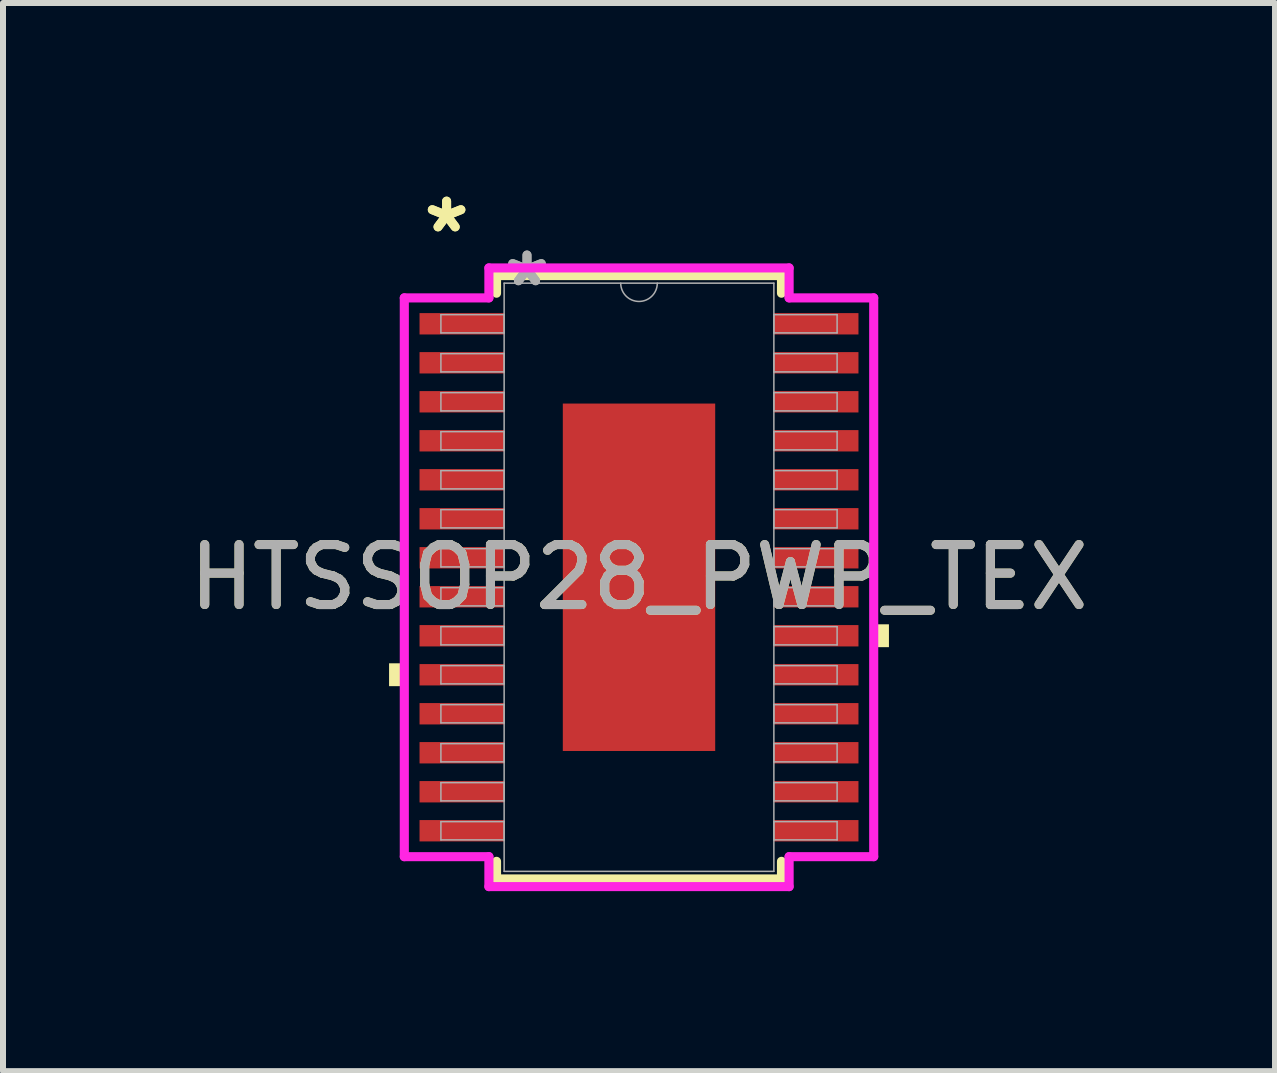
<source format=kicad_pcb>
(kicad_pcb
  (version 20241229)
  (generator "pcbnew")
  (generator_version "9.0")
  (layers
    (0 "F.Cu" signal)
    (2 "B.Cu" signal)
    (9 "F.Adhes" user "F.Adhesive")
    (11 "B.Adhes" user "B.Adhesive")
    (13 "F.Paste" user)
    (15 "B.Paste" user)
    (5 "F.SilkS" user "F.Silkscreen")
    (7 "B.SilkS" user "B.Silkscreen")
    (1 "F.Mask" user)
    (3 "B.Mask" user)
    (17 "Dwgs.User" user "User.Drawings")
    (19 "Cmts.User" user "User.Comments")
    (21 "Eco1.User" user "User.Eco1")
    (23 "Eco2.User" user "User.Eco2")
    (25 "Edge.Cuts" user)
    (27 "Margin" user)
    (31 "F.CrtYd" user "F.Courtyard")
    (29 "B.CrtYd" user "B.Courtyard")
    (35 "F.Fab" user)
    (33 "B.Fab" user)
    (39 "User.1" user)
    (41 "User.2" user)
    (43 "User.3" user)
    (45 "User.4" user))
  (footprint "HTSSOP28_PWP_TEX"
    (layer "F.Cu")
    (at 7.601 6.572)
    (property "Reference" "HTSSOP28_PWP_TEX" (at 0 0 0) (unlocked yes) (layer "F.SilkS") (effects (font (size 1 1) (thickness 0.15))))
    (attr smd)
    (fp_line (start -2.375 -5.029) (end -2.375 -4.735) (stroke (width 0.152) (type solid)) (layer "F.SilkS"))
    (fp_line (start -2.375 4.735) (end -2.375 5.029) (stroke (width 0.152) (type solid)) (layer "F.SilkS"))
    (fp_line (start -2.375 5.029) (end 2.375 5.029) (stroke (width 0.152) (type solid)) (layer "F.SilkS"))
    (fp_line (start 2.375 -5.029) (end -2.375 -5.029) (stroke (width 0.152) (type solid)) (layer "F.SilkS"))
    (fp_line (start 2.375 -4.735) (end 2.375 -5.029) (stroke (width 0.152) (type solid)) (layer "F.SilkS"))
    (fp_line (start 2.375 5.029) (end 2.375 4.735) (stroke (width 0.152) (type solid)) (layer "F.SilkS"))
    (fp_poly (pts (xy -4.166 1.434) (xy -4.166 1.815) (xy -3.912 1.815) (xy -3.912 1.434)) (stroke (width 0) (type solid)) (fill yes) (layer "F.SilkS"))
    (fp_poly (pts (xy 4.166 0.784) (xy 4.166 1.165) (xy 3.912 1.165) (xy 3.912 0.784)) (stroke (width 0) (type solid)) (fill yes) (layer "F.SilkS"))
    (fp_poly (pts (xy -1.17 -2.796) (xy -1.17 -1.548) (xy -0.1 -1.548) (xy -0.1 -2.796)) (stroke (width 0) (type solid)) (fill yes) (layer "F.Paste"))
    (fp_poly (pts (xy -1.17 -1.348) (xy -1.17 -0.1) (xy -0.1 -0.1) (xy -0.1 -1.348)) (stroke (width 0) (type solid)) (fill yes) (layer "F.Paste"))
    (fp_poly (pts (xy -1.17 0.1) (xy -1.17 1.348) (xy -0.1 1.348) (xy -0.1 0.1)) (stroke (width 0) (type solid)) (fill yes) (layer "F.Paste"))
    (fp_poly (pts (xy -1.17 1.548) (xy -1.17 2.796) (xy -0.1 2.796) (xy -0.1 1.548)) (stroke (width 0) (type solid)) (fill yes) (layer "F.Paste"))
    (fp_poly (pts (xy 0.1 -2.796) (xy 0.1 -1.548) (xy 1.17 -1.548) (xy 1.17 -2.796)) (stroke (width 0) (type solid)) (fill yes) (layer "F.Paste"))
    (fp_poly (pts (xy 0.1 -1.348) (xy 0.1 -0.1) (xy 1.17 -0.1) (xy 1.17 -1.348)) (stroke (width 0) (type solid)) (fill yes) (layer "F.Paste"))
    (fp_poly (pts (xy 0.1 0.1) (xy 0.1 1.348) (xy 1.17 1.348) (xy 1.17 0.1)) (stroke (width 0) (type solid)) (fill yes) (layer "F.Paste"))
    (fp_poly (pts (xy 0.1 1.548) (xy 0.1 2.796) (xy 1.17 2.796) (xy 1.17 1.548)) (stroke (width 0) (type solid)) (fill yes) (layer "F.Paste"))
    (fp_line (start -3.912 -4.657) (end -2.502 -4.657) (stroke (width 0.152) (type solid)) (layer "F.CrtYd"))
    (fp_line (start -3.912 4.657) (end -3.912 -4.657) (stroke (width 0.152) (type solid)) (layer "F.CrtYd"))
    (fp_line (start -3.912 4.657) (end -2.502 4.657) (stroke (width 0.152) (type solid)) (layer "F.CrtYd"))
    (fp_line (start -2.502 -5.156) (end 2.502 -5.156) (stroke (width 0.152) (type solid)) (layer "F.CrtYd"))
    (fp_line (start -2.502 -4.657) (end -2.502 -5.156) (stroke (width 0.152) (type solid)) (layer "F.CrtYd"))
    (fp_line (start -2.502 5.156) (end -2.502 4.657) (stroke (width 0.152) (type solid)) (layer "F.CrtYd"))
    (fp_line (start 2.502 -5.156) (end 2.502 -4.657) (stroke (width 0.152) (type solid)) (layer "F.CrtYd"))
    (fp_line (start 2.502 4.657) (end 2.502 5.156) (stroke (width 0.152) (type solid)) (layer "F.CrtYd"))
    (fp_line (start 2.502 5.156) (end -2.502 5.156) (stroke (width 0.152) (type solid)) (layer "F.CrtYd"))
    (fp_line (start 3.912 -4.657) (end 2.502 -4.657) (stroke (width 0.152) (type solid)) (layer "F.CrtYd"))
    (fp_line (start 3.912 -4.657) (end 3.912 4.657) (stroke (width 0.152) (type solid)) (layer "F.CrtYd"))
    (fp_line (start 3.912 4.657) (end 2.502 4.657) (stroke (width 0.152) (type solid)) (layer "F.CrtYd"))
    (fp_line (start -3.302 -4.377) (end -3.302 -4.073) (stroke (width 0.025) (type solid)) (layer "F.Fab"))
    (fp_line (start -3.302 -4.073) (end -2.248 -4.073) (stroke (width 0.025) (type solid)) (layer "F.Fab"))
    (fp_line (start -3.302 -3.727) (end -3.302 -3.423) (stroke (width 0.025) (type solid)) (layer "F.Fab"))
    (fp_line (start -3.302 -3.423) (end -2.248 -3.423) (stroke (width 0.025) (type solid)) (layer "F.Fab"))
    (fp_line (start -3.302 -3.077) (end -3.302 -2.773) (stroke (width 0.025) (type solid)) (layer "F.Fab"))
    (fp_line (start -3.302 -2.773) (end -2.248 -2.773) (stroke (width 0.025) (type solid)) (layer "F.Fab"))
    (fp_line (start -3.302 -2.427) (end -3.302 -2.123) (stroke (width 0.025) (type solid)) (layer "F.Fab"))
    (fp_line (start -3.302 -2.123) (end -2.248 -2.123) (stroke (width 0.025) (type solid)) (layer "F.Fab"))
    (fp_line (start -3.302 -1.777) (end -3.302 -1.473) (stroke (width 0.025) (type solid)) (layer "F.Fab"))
    (fp_line (start -3.302 -1.473) (end -2.248 -1.473) (stroke (width 0.025) (type solid)) (layer "F.Fab"))
    (fp_line (start -3.302 -1.127) (end -3.302 -0.823) (stroke (width 0.025) (type solid)) (layer "F.Fab"))
    (fp_line (start -3.302 -0.823) (end -2.248 -0.823) (stroke (width 0.025) (type solid)) (layer "F.Fab"))
    (fp_line (start -3.302 -0.477) (end -3.302 -0.173) (stroke (width 0.025) (type solid)) (layer "F.Fab"))
    (fp_line (start -3.302 -0.173) (end -2.248 -0.173) (stroke (width 0.025) (type solid)) (layer "F.Fab"))
    (fp_line (start -3.302 0.173) (end -3.302 0.477) (stroke (width 0.025) (type solid)) (layer "F.Fab"))
    (fp_line (start -3.302 0.477) (end -2.248 0.477) (stroke (width 0.025) (type solid)) (layer "F.Fab"))
    (fp_line (start -3.302 0.823) (end -3.302 1.127) (stroke (width 0.025) (type solid)) (layer "F.Fab"))
    (fp_line (start -3.302 1.127) (end -2.248 1.127) (stroke (width 0.025) (type solid)) (layer "F.Fab"))
    (fp_line (start -3.302 1.473) (end -3.302 1.777) (stroke (width 0.025) (type solid)) (layer "F.Fab"))
    (fp_line (start -3.302 1.777) (end -2.248 1.777) (stroke (width 0.025) (type solid)) (layer "F.Fab"))
    (fp_line (start -3.302 2.123) (end -3.302 2.427) (stroke (width 0.025) (type solid)) (layer "F.Fab"))
    (fp_line (start -3.302 2.427) (end -2.248 2.427) (stroke (width 0.025) (type solid)) (layer "F.Fab"))
    (fp_line (start -3.302 2.773) (end -3.302 3.077) (stroke (width 0.025) (type solid)) (layer "F.Fab"))
    (fp_line (start -3.302 3.077) (end -2.248 3.077) (stroke (width 0.025) (type solid)) (layer "F.Fab"))
    (fp_line (start -3.302 3.423) (end -3.302 3.727) (stroke (width 0.025) (type solid)) (layer "F.Fab"))
    (fp_line (start -3.302 3.727) (end -2.248 3.727) (stroke (width 0.025) (type solid)) (layer "F.Fab"))
    (fp_line (start -3.302 4.073) (end -3.302 4.377) (stroke (width 0.025) (type solid)) (layer "F.Fab"))
    (fp_line (start -3.302 4.377) (end -2.248 4.377) (stroke (width 0.025) (type solid)) (layer "F.Fab"))
    (fp_line (start -2.248 -4.902) (end -2.248 4.902) (stroke (width 0.025) (type solid)) (layer "F.Fab"))
    (fp_line (start -2.248 -4.377) (end -3.302 -4.377) (stroke (width 0.025) (type solid)) (layer "F.Fab"))
    (fp_line (start -2.248 -4.073) (end -2.248 -4.377) (stroke (width 0.025) (type solid)) (layer "F.Fab"))
    (fp_line (start -2.248 -3.727) (end -3.302 -3.727) (stroke (width 0.025) (type solid)) (layer "F.Fab"))
    (fp_line (start -2.248 -3.423) (end -2.248 -3.727) (stroke (width 0.025) (type solid)) (layer "F.Fab"))
    (fp_line (start -2.248 -3.077) (end -3.302 -3.077) (stroke (width 0.025) (type solid)) (layer "F.Fab"))
    (fp_line (start -2.248 -2.773) (end -2.248 -3.077) (stroke (width 0.025) (type solid)) (layer "F.Fab"))
    (fp_line (start -2.248 -2.427) (end -3.302 -2.427) (stroke (width 0.025) (type solid)) (layer "F.Fab"))
    (fp_line (start -2.248 -2.123) (end -2.248 -2.427) (stroke (width 0.025) (type solid)) (layer "F.Fab"))
    (fp_line (start -2.248 -1.777) (end -3.302 -1.777) (stroke (width 0.025) (type solid)) (layer "F.Fab"))
    (fp_line (start -2.248 -1.473) (end -2.248 -1.777) (stroke (width 0.025) (type solid)) (layer "F.Fab"))
    (fp_line (start -2.248 -1.127) (end -3.302 -1.127) (stroke (width 0.025) (type solid)) (layer "F.Fab"))
    (fp_line (start -2.248 -0.823) (end -2.248 -1.127) (stroke (width 0.025) (type solid)) (layer "F.Fab"))
    (fp_line (start -2.248 -0.477) (end -3.302 -0.477) (stroke (width 0.025) (type solid)) (layer "F.Fab"))
    (fp_line (start -2.248 -0.173) (end -2.248 -0.477) (stroke (width 0.025) (type solid)) (layer "F.Fab"))
    (fp_line (start -2.248 0.173) (end -3.302 0.173) (stroke (width 0.025) (type solid)) (layer "F.Fab"))
    (fp_line (start -2.248 0.477) (end -2.248 0.173) (stroke (width 0.025) (type solid)) (layer "F.Fab"))
    (fp_line (start -2.248 0.823) (end -3.302 0.823) (stroke (width 0.025) (type solid)) (layer "F.Fab"))
    (fp_line (start -2.248 1.127) (end -2.248 0.823) (stroke (width 0.025) (type solid)) (layer "F.Fab"))
    (fp_line (start -2.248 1.473) (end -3.302 1.473) (stroke (width 0.025) (type solid)) (layer "F.Fab"))
    (fp_line (start -2.248 1.777) (end -2.248 1.473) (stroke (width 0.025) (type solid)) (layer "F.Fab"))
    (fp_line (start -2.248 2.123) (end -3.302 2.123) (stroke (width 0.025) (type solid)) (layer "F.Fab"))
    (fp_line (start -2.248 2.427) (end -2.248 2.123) (stroke (width 0.025) (type solid)) (layer "F.Fab"))
    (fp_line (start -2.248 2.773) (end -3.302 2.773) (stroke (width 0.025) (type solid)) (layer "F.Fab"))
    (fp_line (start -2.248 3.077) (end -2.248 2.773) (stroke (width 0.025) (type solid)) (layer "F.Fab"))
    (fp_line (start -2.248 3.423) (end -3.302 3.423) (stroke (width 0.025) (type solid)) (layer "F.Fab"))
    (fp_line (start -2.248 3.727) (end -2.248 3.423) (stroke (width 0.025) (type solid)) (layer "F.Fab"))
    (fp_line (start -2.248 4.073) (end -3.302 4.073) (stroke (width 0.025) (type solid)) (layer "F.Fab"))
    (fp_line (start -2.248 4.377) (end -2.248 4.073) (stroke (width 0.025) (type solid)) (layer "F.Fab"))
    (fp_line (start -2.248 4.902) (end 2.248 4.902) (stroke (width 0.025) (type solid)) (layer "F.Fab"))
    (fp_line (start 2.248 -4.902) (end -2.248 -4.902) (stroke (width 0.025) (type solid)) (layer "F.Fab"))
    (fp_line (start 2.248 -4.377) (end 2.248 -4.073) (stroke (width 0.025) (type solid)) (layer "F.Fab"))
    (fp_line (start 2.248 -4.073) (end 3.302 -4.073) (stroke (width 0.025) (type solid)) (layer "F.Fab"))
    (fp_line (start 2.248 -3.727) (end 2.248 -3.423) (stroke (width 0.025) (type solid)) (layer "F.Fab"))
    (fp_line (start 2.248 -3.423) (end 3.302 -3.423) (stroke (width 0.025) (type solid)) (layer "F.Fab"))
    (fp_line (start 2.248 -3.077) (end 2.248 -2.773) (stroke (width 0.025) (type solid)) (layer "F.Fab"))
    (fp_line (start 2.248 -2.773) (end 3.302 -2.773) (stroke (width 0.025) (type solid)) (layer "F.Fab"))
    (fp_line (start 2.248 -2.427) (end 2.248 -2.123) (stroke (width 0.025) (type solid)) (layer "F.Fab"))
    (fp_line (start 2.248 -2.123) (end 3.302 -2.123) (stroke (width 0.025) (type solid)) (layer "F.Fab"))
    (fp_line (start 2.248 -1.777) (end 2.248 -1.473) (stroke (width 0.025) (type solid)) (layer "F.Fab"))
    (fp_line (start 2.248 -1.473) (end 3.302 -1.473) (stroke (width 0.025) (type solid)) (layer "F.Fab"))
    (fp_line (start 2.248 -1.127) (end 2.248 -0.823) (stroke (width 0.025) (type solid)) (layer "F.Fab"))
    (fp_line (start 2.248 -0.823) (end 3.302 -0.823) (stroke (width 0.025) (type solid)) (layer "F.Fab"))
    (fp_line (start 2.248 -0.477) (end 2.248 -0.173) (stroke (width 0.025) (type solid)) (layer "F.Fab"))
    (fp_line (start 2.248 -0.173) (end 3.302 -0.173) (stroke (width 0.025) (type solid)) (layer "F.Fab"))
    (fp_line (start 2.248 0.173) (end 2.248 0.477) (stroke (width 0.025) (type solid)) (layer "F.Fab"))
    (fp_line (start 2.248 0.477) (end 3.302 0.477) (stroke (width 0.025) (type solid)) (layer "F.Fab"))
    (fp_line (start 2.248 0.823) (end 2.248 1.127) (stroke (width 0.025) (type solid)) (layer "F.Fab"))
    (fp_line (start 2.248 1.127) (end 3.302 1.127) (stroke (width 0.025) (type solid)) (layer "F.Fab"))
    (fp_line (start 2.248 1.473) (end 2.248 1.777) (stroke (width 0.025) (type solid)) (layer "F.Fab"))
    (fp_line (start 2.248 1.777) (end 3.302 1.777) (stroke (width 0.025) (type solid)) (layer "F.Fab"))
    (fp_line (start 2.248 2.123) (end 2.248 2.427) (stroke (width 0.025) (type solid)) (layer "F.Fab"))
    (fp_line (start 2.248 2.427) (end 3.302 2.427) (stroke (width 0.025) (type solid)) (layer "F.Fab"))
    (fp_line (start 2.248 2.773) (end 2.248 3.077) (stroke (width 0.025) (type solid)) (layer "F.Fab"))
    (fp_line (start 2.248 3.077) (end 3.302 3.077) (stroke (width 0.025) (type solid)) (layer "F.Fab"))
    (fp_line (start 2.248 3.423) (end 2.248 3.727) (stroke (width 0.025) (type solid)) (layer "F.Fab"))
    (fp_line (start 2.248 3.727) (end 3.302 3.727) (stroke (width 0.025) (type solid)) (layer "F.Fab"))
    (fp_line (start 2.248 4.073) (end 2.248 4.377) (stroke (width 0.025) (type solid)) (layer "F.Fab"))
    (fp_line (start 2.248 4.377) (end 3.302 4.377) (stroke (width 0.025) (type solid)) (layer "F.Fab"))
    (fp_line (start 2.248 4.902) (end 2.248 -4.902) (stroke (width 0.025) (type solid)) (layer "F.Fab"))
    (fp_line (start 3.302 -4.377) (end 2.248 -4.377) (stroke (width 0.025) (type solid)) (layer "F.Fab"))
    (fp_line (start 3.302 -4.073) (end 3.302 -4.377) (stroke (width 0.025) (type solid)) (layer "F.Fab"))
    (fp_line (start 3.302 -3.727) (end 2.248 -3.727) (stroke (width 0.025) (type solid)) (layer "F.Fab"))
    (fp_line (start 3.302 -3.423) (end 3.302 -3.727) (stroke (width 0.025) (type solid)) (layer "F.Fab"))
    (fp_line (start 3.302 -3.077) (end 2.248 -3.077) (stroke (width 0.025) (type solid)) (layer "F.Fab"))
    (fp_line (start 3.302 -2.773) (end 3.302 -3.077) (stroke (width 0.025) (type solid)) (layer "F.Fab"))
    (fp_line (start 3.302 -2.427) (end 2.248 -2.427) (stroke (width 0.025) (type solid)) (layer "F.Fab"))
    (fp_line (start 3.302 -2.123) (end 3.302 -2.427) (stroke (width 0.025) (type solid)) (layer "F.Fab"))
    (fp_line (start 3.302 -1.777) (end 2.248 -1.777) (stroke (width 0.025) (type solid)) (layer "F.Fab"))
    (fp_line (start 3.302 -1.473) (end 3.302 -1.777) (stroke (width 0.025) (type solid)) (layer "F.Fab"))
    (fp_line (start 3.302 -1.127) (end 2.248 -1.127) (stroke (width 0.025) (type solid)) (layer "F.Fab"))
    (fp_line (start 3.302 -0.823) (end 3.302 -1.127) (stroke (width 0.025) (type solid)) (layer "F.Fab"))
    (fp_line (start 3.302 -0.477) (end 2.248 -0.477) (stroke (width 0.025) (type solid)) (layer "F.Fab"))
    (fp_line (start 3.302 -0.173) (end 3.302 -0.477) (stroke (width 0.025) (type solid)) (layer "F.Fab"))
    (fp_line (start 3.302 0.173) (end 2.248 0.173) (stroke (width 0.025) (type solid)) (layer "F.Fab"))
    (fp_line (start 3.302 0.477) (end 3.302 0.173) (stroke (width 0.025) (type solid)) (layer "F.Fab"))
    (fp_line (start 3.302 0.823) (end 2.248 0.823) (stroke (width 0.025) (type solid)) (layer "F.Fab"))
    (fp_line (start 3.302 1.127) (end 3.302 0.823) (stroke (width 0.025) (type solid)) (layer "F.Fab"))
    (fp_line (start 3.302 1.473) (end 2.248 1.473) (stroke (width 0.025) (type solid)) (layer "F.Fab"))
    (fp_line (start 3.302 1.777) (end 3.302 1.473) (stroke (width 0.025) (type solid)) (layer "F.Fab"))
    (fp_line (start 3.302 2.123) (end 2.248 2.123) (stroke (width 0.025) (type solid)) (layer "F.Fab"))
    (fp_line (start 3.302 2.427) (end 3.302 2.123) (stroke (width 0.025) (type solid)) (layer "F.Fab"))
    (fp_line (start 3.302 2.773) (end 2.248 2.773) (stroke (width 0.025) (type solid)) (layer "F.Fab"))
    (fp_line (start 3.302 3.077) (end 3.302 2.773) (stroke (width 0.025) (type solid)) (layer "F.Fab"))
    (fp_line (start 3.302 3.423) (end 2.248 3.423) (stroke (width 0.025) (type solid)) (layer "F.Fab"))
    (fp_line (start 3.302 3.727) (end 3.302 3.423) (stroke (width 0.025) (type solid)) (layer "F.Fab"))
    (fp_line (start 3.302 4.073) (end 2.248 4.073) (stroke (width 0.025) (type solid)) (layer "F.Fab"))
    (fp_line (start 3.302 4.377) (end 3.302 4.073) (stroke (width 0.025) (type solid)) (layer "F.Fab"))
    (fp_arc (start 0.3048 -4.9022) (mid 0 -4.5974) (end -0.3048 -4.9022) (stroke (width 0.0254) (type solid)) (layer "F.Fab"))
    (fp_text user "*" (at -3.207 -5.724 0) (layer "F.SilkS") (effects (font (size 1 1) (thickness 0.15))))
    (fp_text user "*" (at -3.207 -5.724 0) (unlocked yes) (layer "F.SilkS") (effects (font (size 1 1) (thickness 0.15))))
    (fp_text user "${REFERENCE}" (at 0 0 0) (unlocked yes) (layer "F.Fab") (effects (font (size 1 1) (thickness 0.15))))
    (fp_text user "*" (at -1.867 -4.826 0) (layer "F.Fab") (effects (font (size 1 1) (thickness 0.15))))
    (fp_text user "*" (at -1.867 -4.826 0) (unlocked yes) (layer "F.Fab") (effects (font (size 1 1) (thickness 0.15))))
    (pad "1" smd rect (at -2.953 -4.225) (size 1.41 0.356) (layers "F.Cu" "F.Mask" "F.Paste"))
    (pad "2" smd rect (at -2.953 -3.575) (size 1.41 0.356) (layers "F.Cu" "F.Mask" "F.Paste"))
    (pad "3" smd rect (at -2.953 -2.925) (size 1.41 0.356) (layers "F.Cu" "F.Mask" "F.Paste"))
    (pad "4" smd rect (at -2.953 -2.275) (size 1.41 0.356) (layers "F.Cu" "F.Mask" "F.Paste"))
    (pad "5" smd rect (at -2.953 -1.625) (size 1.41 0.356) (layers "F.Cu" "F.Mask" "F.Paste"))
    (pad "6" smd rect (at -2.953 -0.975) (size 1.41 0.356) (layers "F.Cu" "F.Mask" "F.Paste"))
    (pad "7" smd rect (at -2.953 -0.325) (size 1.41 0.356) (layers "F.Cu" "F.Mask" "F.Paste"))
    (pad "8" smd rect (at -2.953 0.325) (size 1.41 0.356) (layers "F.Cu" "F.Mask" "F.Paste"))
    (pad "9" smd rect (at -2.953 0.975) (size 1.41 0.356) (layers "F.Cu" "F.Mask" "F.Paste"))
    (pad "10" smd rect (at -2.953 1.625) (size 1.41 0.356) (layers "F.Cu" "F.Mask" "F.Paste"))
    (pad "11" smd rect (at -2.953 2.275) (size 1.41 0.356) (layers "F.Cu" "F.Mask" "F.Paste"))
    (pad "12" smd rect (at -2.953 2.925) (size 1.41 0.356) (layers "F.Cu" "F.Mask" "F.Paste"))
    (pad "13" smd rect (at -2.953 3.575) (size 1.41 0.356) (layers "F.Cu" "F.Mask" "F.Paste"))
    (pad "14" smd rect (at -2.953 4.225) (size 1.41 0.356) (layers "F.Cu" "F.Mask" "F.Paste"))
    (pad "15" smd rect (at 2.953 4.225) (size 1.41 0.356) (layers "F.Cu" "F.Mask" "F.Paste"))
    (pad "16" smd rect (at 2.953 3.575) (size 1.41 0.356) (layers "F.Cu" "F.Mask" "F.Paste"))
    (pad "17" smd rect (at 2.953 2.925) (size 1.41 0.356) (layers "F.Cu" "F.Mask" "F.Paste"))
    (pad "18" smd rect (at 2.953 2.275) (size 1.41 0.356) (layers "F.Cu" "F.Mask" "F.Paste"))
    (pad "19" smd rect (at 2.953 1.625) (size 1.41 0.356) (layers "F.Cu" "F.Mask" "F.Paste"))
    (pad "20" smd rect (at 2.953 0.975) (size 1.41 0.356) (layers "F.Cu" "F.Mask" "F.Paste"))
    (pad "21" smd rect (at 2.953 0.325) (size 1.41 0.356) (layers "F.Cu" "F.Mask" "F.Paste"))
    (pad "22" smd rect (at 2.953 -0.325) (size 1.41 0.356) (layers "F.Cu" "F.Mask" "F.Paste"))
    (pad "23" smd rect (at 2.953 -0.975) (size 1.41 0.356) (layers "F.Cu" "F.Mask" "F.Paste"))
    (pad "24" smd rect (at 2.953 -1.625) (size 1.41 0.356) (layers "F.Cu" "F.Mask" "F.Paste"))
    (pad "25" smd rect (at 2.953 -2.275) (size 1.41 0.356) (layers "F.Cu" "F.Mask" "F.Paste"))
    (pad "26" smd rect (at 2.953 -2.925) (size 1.41 0.356) (layers "F.Cu" "F.Mask" "F.Paste"))
    (pad "27" smd rect (at 2.953 -3.575) (size 1.41 0.356) (layers "F.Cu" "F.Mask" "F.Paste"))
    (pad "28" smd rect (at 2.953 -4.225) (size 1.41 0.356) (layers "F.Cu" "F.Mask" "F.Paste"))
    (pad "EPAD" smd rect (at 0 0) (size 2.54 5.791) (layers "F.Cu" "F.Mask")))
  (gr_rect
    (start -3 -3)
    (end 18.202 14.804)
    (stroke (width 0.1) (type default))
    (fill no)
    (layer "Edge.Cuts")))
</source>
